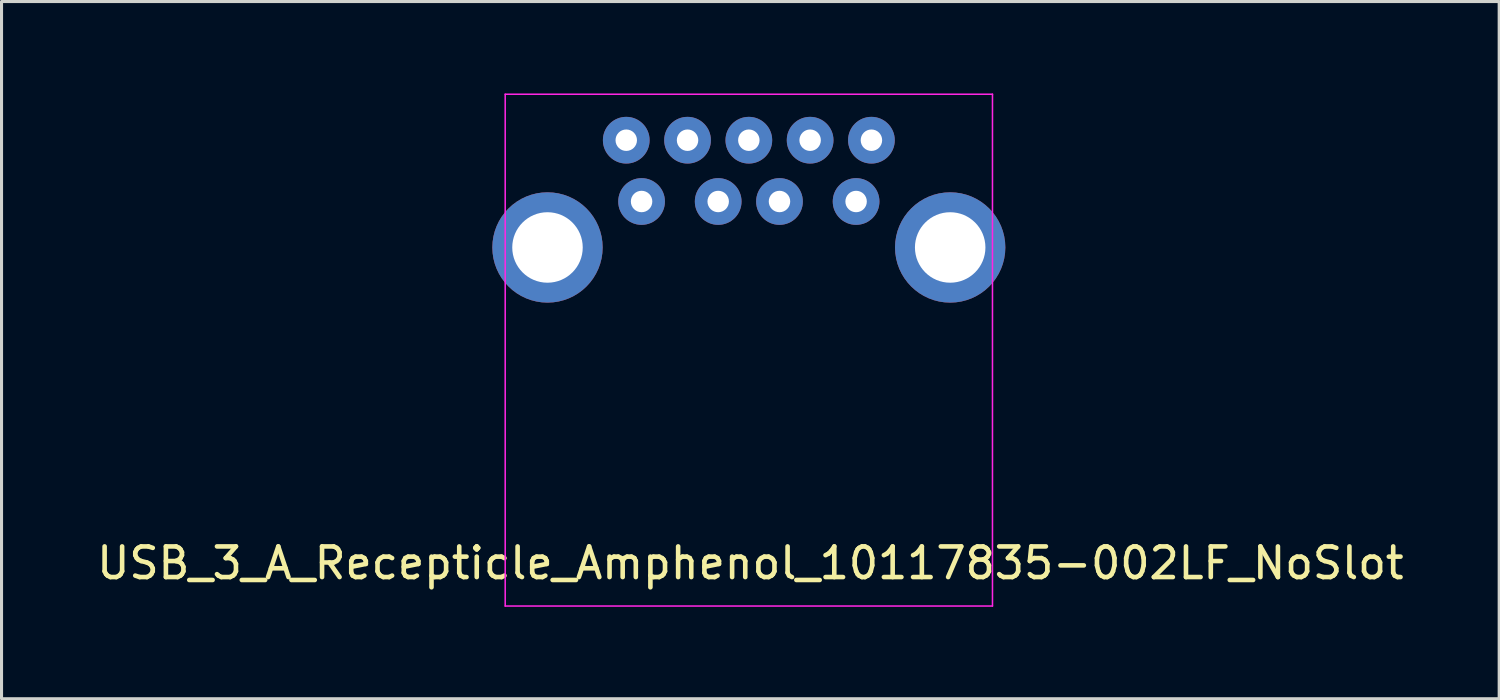
<source format=kicad_pcb>
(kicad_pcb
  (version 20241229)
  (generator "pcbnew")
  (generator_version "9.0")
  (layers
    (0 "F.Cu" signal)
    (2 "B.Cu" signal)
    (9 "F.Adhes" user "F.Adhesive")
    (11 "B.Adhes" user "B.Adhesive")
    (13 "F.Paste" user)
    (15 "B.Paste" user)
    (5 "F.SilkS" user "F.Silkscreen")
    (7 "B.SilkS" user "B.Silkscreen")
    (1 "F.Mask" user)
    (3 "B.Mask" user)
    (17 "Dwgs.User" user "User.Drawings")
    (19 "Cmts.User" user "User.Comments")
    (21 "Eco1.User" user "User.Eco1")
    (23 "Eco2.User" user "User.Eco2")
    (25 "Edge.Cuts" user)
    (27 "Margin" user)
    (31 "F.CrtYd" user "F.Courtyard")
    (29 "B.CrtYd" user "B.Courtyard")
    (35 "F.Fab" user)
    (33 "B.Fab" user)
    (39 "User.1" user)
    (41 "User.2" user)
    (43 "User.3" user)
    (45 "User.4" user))
  (footprint "USB_3_A_Recepticle_Amphenol_10117835-002LF_NoSlot"
    (layer "F.Cu")
    (at 21.385 8.375)
    (property "Reference" "USB_3_A_Recepticle_Amphenol_10117835-002LF_NoSlot" (at 0.05 6.95 0) (layer "F.SilkS") (effects (font (size 1 1) (thickness 0.15))))
    (attr through_hole)
    (fp_line (start -7.95 8.35) (end -7.95 -8.35) (stroke (width 0.05) (type solid)) (layer "F.CrtYd"))
    (fp_line (start -7.95 8.35) (end 7.95 8.35) (stroke (width 0.05) (type solid)) (layer "F.CrtYd"))
    (fp_line (start 7.95 -8.35) (end -7.95 -8.35) (stroke (width 0.05) (type solid)) (layer "F.CrtYd"))
    (fp_line (start 7.95 8.35) (end 7.95 -8.35) (stroke (width 0.05) (type solid)) (layer "F.CrtYd"))
    (pad "1" thru_hole circle (at -3.5 -4.85) (size 1.524 1.524) (drill 0.7) (layers "*.Cu" "*.Mask"))
    (pad "2" thru_hole circle (at -1 -4.85) (size 1.524 1.524) (drill 0.7) (layers "*.Cu" "*.Mask"))
    (pad "3" thru_hole circle (at 1 -4.85) (size 1.524 1.524) (drill 0.7) (layers "*.Cu" "*.Mask"))
    (pad "4" thru_hole circle (at 3.5 -4.85) (size 1.524 1.524) (drill 0.7) (layers "*.Cu" "*.Mask"))
    (pad "5" thru_hole circle (at 4 -6.85) (size 1.524 1.524) (drill 0.7) (layers "*.Cu" "*.Mask"))
    (pad "6" thru_hole circle (at 2 -6.85) (size 1.524 1.524) (drill 0.7) (layers "*.Cu" "*.Mask"))
    (pad "7" thru_hole circle (at 0 -6.85) (size 1.524 1.524) (drill 0.7) (layers "*.Cu" "*.Mask"))
    (pad "8" thru_hole circle (at -2 -6.85) (size 1.524 1.524) (drill 0.7) (layers "*.Cu" "*.Mask"))
    (pad "9" thru_hole circle (at -4 -6.85) (size 1.524 1.524) (drill 0.7) (layers "*.Cu" "*.Mask"))
    (pad "10" thru_hole circle (at -6.57 -3.35) (size 3.6 3.6) (drill 2.3) (layers "*.Cu" "*.Mask"))
    (pad "10" thru_hole circle (at 6.57 -3.35) (size 3.6 3.6) (drill 2.3) (layers "*.Cu" "*.Mask")))
  (gr_rect
    (start -3 -3)
    (end 45.869 19.75)
    (stroke (width 0.1) (type default))
    (fill no)
    (layer "Edge.Cuts")))
</source>
